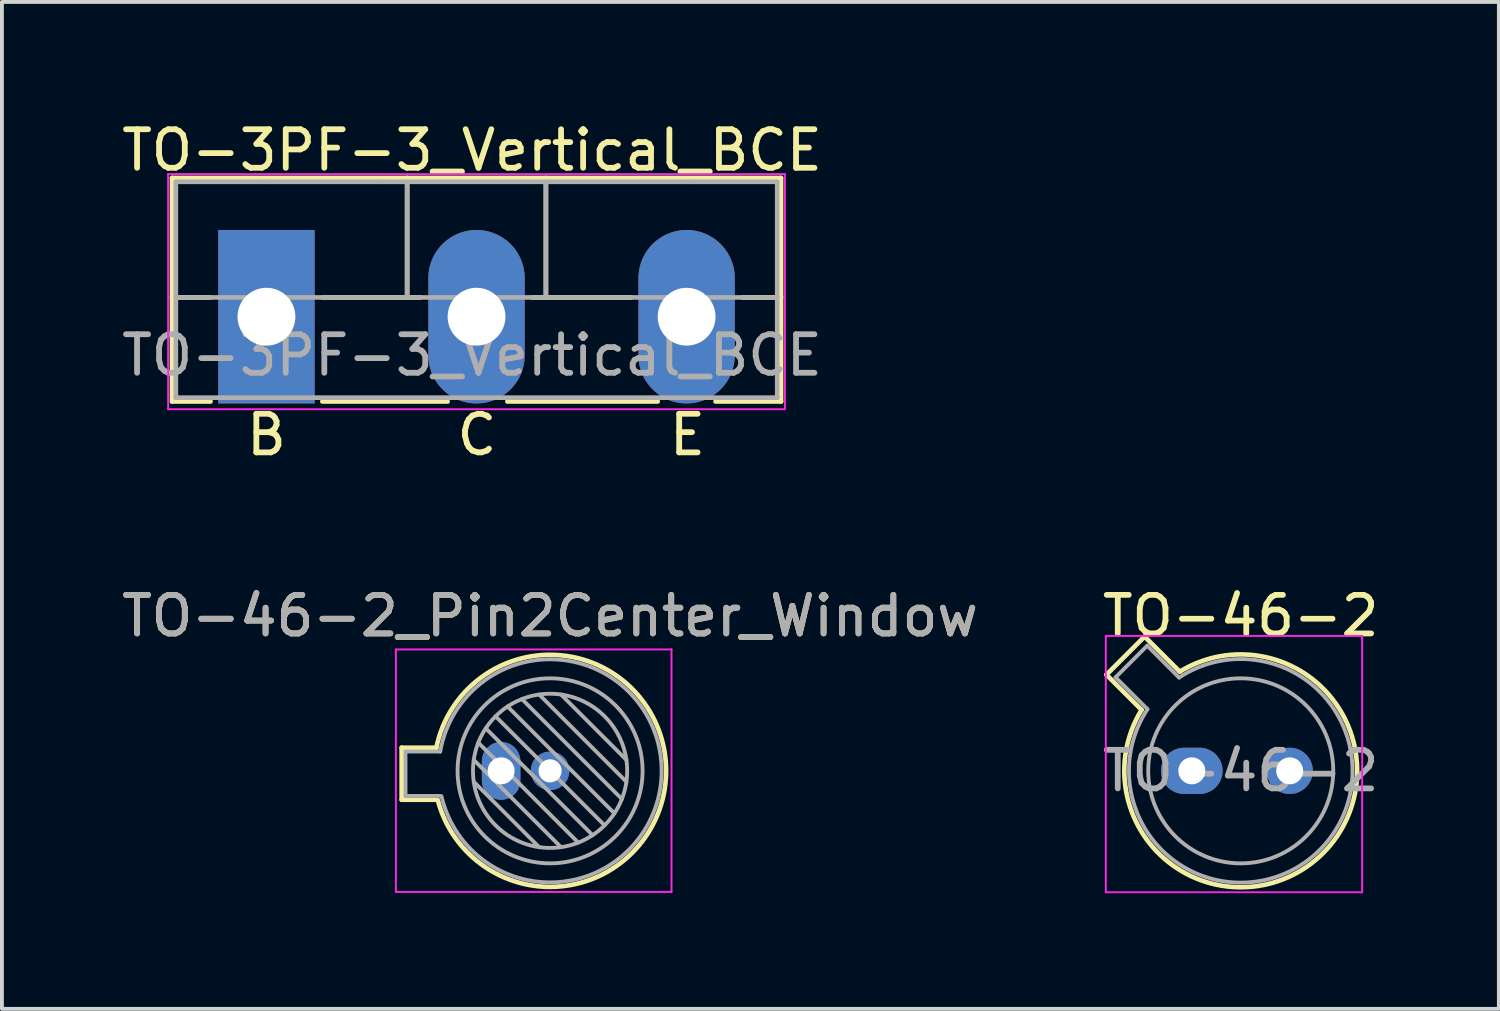
<source format=kicad_pcb>
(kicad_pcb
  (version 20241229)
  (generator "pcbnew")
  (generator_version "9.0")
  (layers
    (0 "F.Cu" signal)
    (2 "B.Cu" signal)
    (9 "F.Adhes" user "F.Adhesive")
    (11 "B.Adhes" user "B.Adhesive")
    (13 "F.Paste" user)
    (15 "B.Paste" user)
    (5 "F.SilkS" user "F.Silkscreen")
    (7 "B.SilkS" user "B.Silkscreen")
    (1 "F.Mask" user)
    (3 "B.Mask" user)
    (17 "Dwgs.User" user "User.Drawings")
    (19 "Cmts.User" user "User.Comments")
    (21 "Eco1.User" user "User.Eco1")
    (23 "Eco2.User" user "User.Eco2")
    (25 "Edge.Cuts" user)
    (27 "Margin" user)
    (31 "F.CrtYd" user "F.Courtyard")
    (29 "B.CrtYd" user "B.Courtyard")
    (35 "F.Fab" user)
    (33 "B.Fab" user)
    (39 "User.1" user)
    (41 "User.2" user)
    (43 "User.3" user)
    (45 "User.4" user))
  (footprint "TO-46-2_Pin2Center_Window"
    (layer "F.Cu")
    (at 9.95 16.947)
    (property "Reference" "TO-46-2_Pin2Center_Window" (at 1.27 -4.02 0) (layer "F.SilkS") (effects (font (size 1 1) (thickness 0.15))))
    (attr through_hole)
    (fp_line (start -2.58 -0.6) (end -2.58 0.75) (stroke (width 0.12) (type solid)) (layer "F.SilkS"))
    (fp_line (start -2.58 0.75) (end -1.68 0.75) (stroke (width 0.12) (type solid)) (layer "F.SilkS"))
    (fp_line (start -1.68 -0.6) (end -2.58 -0.6) (stroke (width 0.12) (type solid)) (layer "F.SilkS"))
    (fp_arc (start -1.68 -0.6) (mid 4.279362 -0.078985) (end -1.644465 0.753918) (stroke (width 0.12) (type solid)) (layer "F.SilkS"))
    (fp_line (start -2.73 -3.15) (end -2.73 3.14) (stroke (width 0.05) (type solid)) (layer "F.CrtYd"))
    (fp_line (start -2.73 -3.15) (end 4.42 -3.15) (stroke (width 0.05) (type solid)) (layer "F.CrtYd"))
    (fp_line (start 4.42 3.14) (end -2.73 3.14) (stroke (width 0.05) (type solid)) (layer "F.CrtYd"))
    (fp_line (start 4.42 3.14) (end 4.42 -3.15) (stroke (width 0.05) (type solid)) (layer "F.CrtYd"))
    (fp_line (start -2.48 -0.5) (end -2.48 0.65) (stroke (width 0.1) (type solid)) (layer "F.Fab"))
    (fp_line (start -2.48 0.65) (end -1.58 0.65) (stroke (width 0.1) (type solid)) (layer "F.Fab"))
    (fp_line (start -1.58 -0.5) (end -2.48 -0.5) (stroke (width 0.1) (type solid)) (layer "F.Fab"))
    (fp_line (start -0.71 -0.283) (end 1.553 1.98) (stroke (width 0.1) (type solid)) (layer "F.Fab"))
    (fp_line (start -0.71 0.283) (end 0.987 1.98) (stroke (width 0.1) (type solid)) (layer "F.Fab"))
    (fp_line (start -0.592 -0.731) (end 2.001 1.862) (stroke (width 0.1) (type solid)) (layer "F.Fab"))
    (fp_line (start -0.399 -1.103) (end 2.373 1.669) (stroke (width 0.1) (type solid)) (layer "F.Fab"))
    (fp_line (start -0.145 -1.415) (end 2.685 1.415) (stroke (width 0.1) (type solid)) (layer "F.Fab"))
    (fp_line (start 0.167 -1.669) (end 2.939 1.103) (stroke (width 0.1) (type solid)) (layer "F.Fab"))
    (fp_line (start 0.539 -1.862) (end 3.132 0.731) (stroke (width 0.1) (type solid)) (layer "F.Fab"))
    (fp_line (start 0.987 -1.98) (end 3.25 0.283) (stroke (width 0.1) (type solid)) (layer "F.Fab"))
    (fp_line (start 1.553 -1.98) (end 3.25 -0.283) (stroke (width 0.1) (type solid)) (layer "F.Fab"))
    (fp_arc (start -1.58 -0.5) (mid 4.1624 -0.08076) (end -1.54766 0.65825) (stroke (width 0.1) (type solid)) (layer "F.Fab"))
    (fp_circle (center 1.27 0) (end 3.27 0) (stroke (width 0.1) (type solid)) (fill no) (layer "F.Fab"))
    (fp_circle (center 1.27 0) (end 3.67 0) (stroke (width 0.1) (type solid)) (fill no) (layer "F.Fab"))
    (fp_text user "${REFERENCE}" (at 1.27 -4.02 0) (layer "F.Fab") (effects (font (size 1 1) (thickness 0.15))))
    (pad "1" thru_hole oval (at 0 0 90) (size 1.5 1) (drill 0.7) (layers "*.Cu" "*.Mask"))
    (pad "2" thru_hole oval (at 1.27 0) (size 1 1) (drill 0.6) (layers "*.Cu" "*.Mask")))
  (footprint "TO-3PF-3_Vertical_BCE"
    (layer "F.Cu")
    (at 3.862 5.166)
    (property "Reference" "TO-3PF-3_Vertical_BCE" (at 5.334 -4.318 0) (layer "F.SilkS") (effects (font (size 1 1) (thickness 0.15))))
    (fp_line (start -2.45 -3.6) (end -2.45 2.2) (stroke (width 0.12) (type solid)) (layer "F.SilkS"))
    (fp_line (start -2.45 2.2) (end -1.45 2.2) (stroke (width 0.12) (type solid)) (layer "F.SilkS"))
    (fp_line (start -1.45 -0.5) (end -2.45 -0.5) (stroke (width 0.12) (type solid)) (layer "F.SilkS"))
    (fp_line (start 1.45 2.2) (end 4.7 2.2) (stroke (width 0.12) (type solid)) (layer "F.SilkS"))
    (fp_line (start 3.65 -3.6) (end 3.65 -0.5) (stroke (width 0.12) (type solid)) (layer "F.SilkS"))
    (fp_line (start 3.65 -0.5) (end 1.45 -0.5) (stroke (width 0.12) (type solid)) (layer "F.SilkS"))
    (fp_line (start 3.65 -0.5) (end 4 -0.5) (stroke (width 0.12) (type solid)) (layer "F.SilkS"))
    (fp_line (start 6.25 2.2) (end 10.15 2.2) (stroke (width 0.12) (type solid)) (layer "F.SilkS"))
    (fp_line (start 7.25 -0.5) (end 7.25 -3.6) (stroke (width 0.12) (type solid)) (layer "F.SilkS"))
    (fp_line (start 9.2 -0.5) (end 6.9 -0.5) (stroke (width 0.12) (type solid)) (layer "F.SilkS"))
    (fp_line (start 9.45 -0.5) (end 9.2 -0.5) (stroke (width 0.12) (type solid)) (layer "F.SilkS"))
    (fp_line (start 11.65 2.2) (end 13.35 2.2) (stroke (width 0.12) (type solid)) (layer "F.SilkS"))
    (fp_line (start 13.35 -3.6) (end -2.45 -3.6) (stroke (width 0.12) (type solid)) (layer "F.SilkS"))
    (fp_line (start 13.35 -0.5) (end 12.35 -0.5) (stroke (width 0.12) (type solid)) (layer "F.SilkS"))
    (fp_line (start 13.35 2.2) (end 13.35 -3.6) (stroke (width 0.12) (type solid)) (layer "F.SilkS"))
    (fp_line (start -2.55 -3.7) (end -2.55 2.4) (stroke (width 0.05) (type solid)) (layer "F.CrtYd"))
    (fp_line (start -2.55 2.4) (end 13.45 2.4) (stroke (width 0.05) (type solid)) (layer "F.CrtYd"))
    (fp_line (start 13.45 -3.7) (end -2.55 -3.7) (stroke (width 0.05) (type solid)) (layer "F.CrtYd"))
    (fp_line (start 13.45 2.4) (end 13.45 -3.7) (stroke (width 0.05) (type solid)) (layer "F.CrtYd"))
    (fp_line (start -2.35 -3.5) (end -2.35 2.1) (stroke (width 0.12) (type solid)) (layer "F.Fab"))
    (fp_line (start -2.35 2.1) (end 13.25 2.1) (stroke (width 0.12) (type solid)) (layer "F.Fab"))
    (fp_line (start -0.05 -3.5) (end -2.35 -3.5) (stroke (width 0.12) (type solid)) (layer "F.Fab"))
    (fp_line (start 2.95 -3.5) (end -0.05 -3.5) (stroke (width 0.12) (type solid)) (layer "F.Fab"))
    (fp_line (start 3.65 -3.5) (end 3.65 -0.5) (stroke (width 0.12) (type solid)) (layer "F.Fab"))
    (fp_line (start 7.25 -3.5) (end 7.25 -0.5) (stroke (width 0.12) (type solid)) (layer "F.Fab"))
    (fp_line (start 10.85 -0.5) (end -2.35 -0.5) (stroke (width 0.12) (type solid)) (layer "F.Fab"))
    (fp_line (start 10.85 -0.5) (end 13.25 -0.5) (stroke (width 0.12) (type solid)) (layer "F.Fab"))
    (fp_line (start 10.95 -3.5) (end 2.95 -3.5) (stroke (width 0.12) (type solid)) (layer "F.Fab"))
    (fp_line (start 13.25 -3.5) (end 10.95 -3.5) (stroke (width 0.12) (type solid)) (layer "F.Fab"))
    (fp_line (start 13.25 2.1) (end 13.25 -3.5) (stroke (width 0.12) (type solid)) (layer "F.Fab"))
    (fp_text user "C" (at 5.461 3.064 0) (unlocked yes) (layer "F.SilkS") (effects (font (size 1 1) (thickness 0.15))))
    (fp_text user "B" (at 0 3.064 0) (unlocked yes) (layer "F.SilkS") (effects (font (size 1 1) (thickness 0.15))))
    (fp_text user "E" (at 10.922 3.064 0) (unlocked yes) (layer "F.SilkS") (effects (font (size 1 1) (thickness 0.15))))
    (fp_text user "${REFERENCE}" (at 5.334 1 0) (layer "F.Fab") (effects (font (size 1 1) (thickness 0.15))))
    (pad "1" thru_hole rect (at 0 0) (size 2.5 4.5) (drill 1.5) (layers "*.Cu" "*.Mask"))
    (pad "2" thru_hole oval (at 5.45 0) (size 2.5 4.5) (drill 1.5) (layers "*.Cu" "*.Mask"))
    (pad "3" thru_hole oval (at 10.9 0) (size 2.5 4.5) (drill 1.5) (layers "*.Cu" "*.Mask")))
  (footprint "TO-46-2"
    (layer "F.Cu")
    (at 27.867 16.947)
    (property "Reference" "TO-46-2" (at 1.27 -4.02 0) (layer "F.SilkS") (effects (font (size 1 1) (thickness 0.15))))
    (attr through_hole)
    (fp_line (start -2.214 -2.494) (end -1.302 -1.582) (stroke (width 0.12) (type solid)) (layer "F.SilkS"))
    (fp_line (start -1.224 -3.484) (end -2.214 -2.494) (stroke (width 0.12) (type solid)) (layer "F.SilkS"))
    (fp_line (start -0.312 -2.572) (end -1.224 -3.484) (stroke (width 0.12) (type solid)) (layer "F.SilkS"))
    (fp_arc (start -0.312331 -2.572281) (mid 3.405374 2.135551) (end -1.30215 -1.582544) (stroke (width 0.12) (type solid)) (layer "F.SilkS"))
    (fp_line (start -2.23 -3.5) (end -2.23 3.15) (stroke (width 0.05) (type solid)) (layer "F.CrtYd"))
    (fp_line (start -2.23 3.15) (end 4.42 3.15) (stroke (width 0.05) (type solid)) (layer "F.CrtYd"))
    (fp_line (start 4.42 -3.5) (end -2.23 -3.5) (stroke (width 0.05) (type solid)) (layer "F.CrtYd"))
    (fp_line (start 4.42 3.15) (end 4.42 -3.5) (stroke (width 0.05) (type solid)) (layer "F.CrtYd"))
    (fp_line (start -1.977 -2.426) (end -1.149 -1.599) (stroke (width 0.1) (type solid)) (layer "F.Fab"))
    (fp_line (start -1.156 -3.247) (end -1.977 -2.426) (stroke (width 0.1) (type solid)) (layer "F.Fab"))
    (fp_line (start -0.329 -2.419) (end -1.156 -3.247) (stroke (width 0.1) (type solid)) (layer "F.Fab"))
    (fp_arc (start -0.329057 -2.419301) (mid 3.321075 2.050145) (end -1.150029 -1.597956) (stroke (width 0.1) (type solid)) (layer "F.Fab"))
    (fp_circle (center 1.27 0) (end 3.67 0) (stroke (width 0.1) (type solid)) (fill no) (layer "F.Fab"))
    (fp_text user "${REFERENCE}" (at 1.27 0 0) (layer "F.Fab") (effects (font (size 1 1) (thickness 0.15))))
    (pad "1" thru_hole oval (at 0 0) (size 1.6 1.2) (drill 0.7) (layers "*.Cu" "*.Mask"))
    (pad "2" thru_hole oval (at 2.54 0) (size 1.2 1.2) (drill 0.7) (layers "*.Cu" "*.Mask")))
  (gr_rect
    (start -3 -3)
    (end 35.833 23.122)
    (stroke (width 0.1) (type default))
    (fill no)
    (layer "Edge.Cuts")))
</source>
